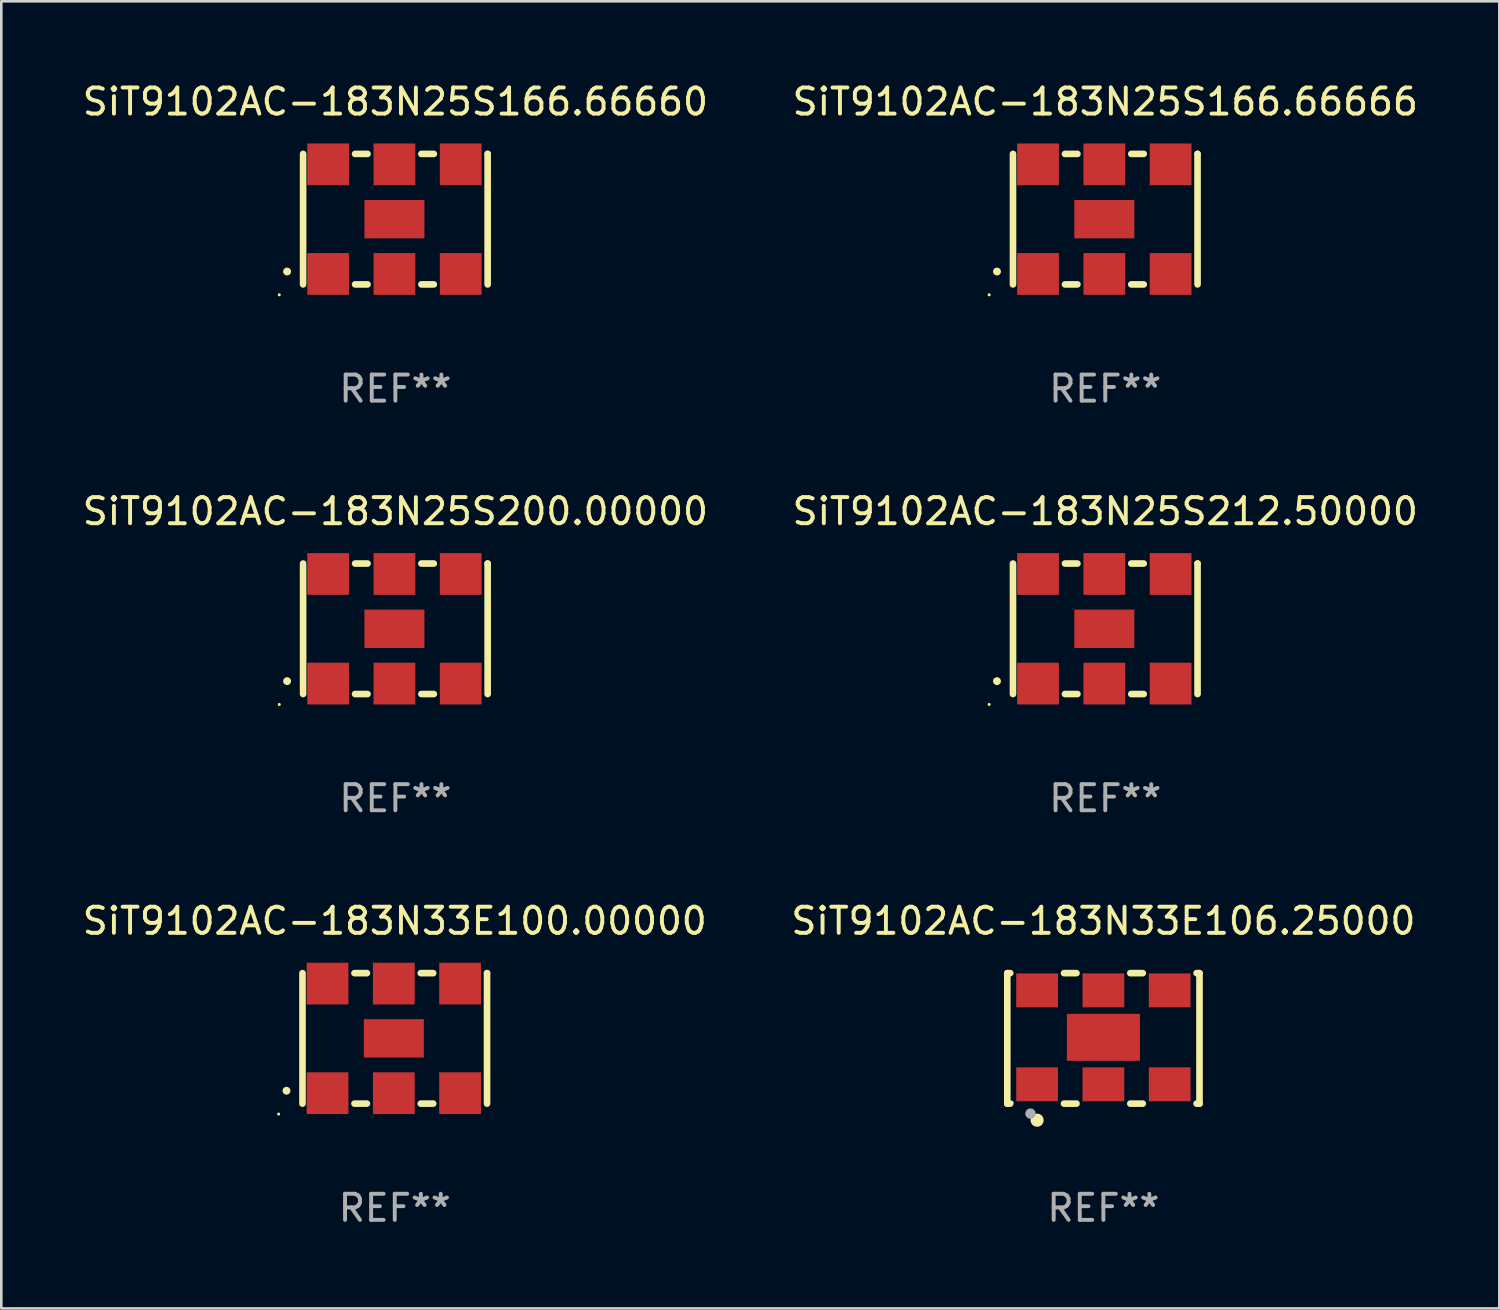
<source format=kicad_pcb>
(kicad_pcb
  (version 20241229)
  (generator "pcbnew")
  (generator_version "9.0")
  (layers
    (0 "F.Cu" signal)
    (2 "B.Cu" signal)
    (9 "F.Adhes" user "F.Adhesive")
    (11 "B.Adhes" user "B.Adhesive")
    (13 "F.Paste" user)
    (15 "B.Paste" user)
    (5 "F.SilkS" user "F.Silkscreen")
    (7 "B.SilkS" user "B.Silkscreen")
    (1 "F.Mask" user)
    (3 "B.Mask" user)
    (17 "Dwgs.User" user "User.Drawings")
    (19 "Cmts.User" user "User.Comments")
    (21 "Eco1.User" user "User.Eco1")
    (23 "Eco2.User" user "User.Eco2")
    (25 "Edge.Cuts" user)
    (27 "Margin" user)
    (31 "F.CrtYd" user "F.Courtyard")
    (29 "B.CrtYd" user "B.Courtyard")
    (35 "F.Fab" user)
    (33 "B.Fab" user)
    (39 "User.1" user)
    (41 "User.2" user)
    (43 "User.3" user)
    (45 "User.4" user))
  (footprint "SiT9102AC-183N25S166.66666"
    (layer "F.Cu")
    (at 39.304 5.348)
    (property "Reference" "SiT9102AC-183N25S166.66666" (at 0 -4.5 0) (layer "F.SilkS") (effects (font (size 1 1) (thickness 0.15))))
    (attr through_hole)
    (fp_line (start -3.536 -2.5) (end -3.536 2.5) (stroke (width 0.254) (type solid)) (layer "F.SilkS"))
    (fp_line (start -1.544 2.5) (end -1.067 2.5) (stroke (width 0.254) (type solid)) (layer "F.SilkS"))
    (fp_line (start -1.067 -2.5) (end -1.544 -2.5) (stroke (width 0.254) (type solid)) (layer "F.SilkS"))
    (fp_line (start 0.996 2.5) (end 1.473 2.5) (stroke (width 0.254) (type solid)) (layer "F.SilkS"))
    (fp_line (start 1.473 -2.5) (end 0.996 -2.5) (stroke (width 0.254) (type solid)) (layer "F.SilkS"))
    (fp_line (start 3.536 -2.5) (end 3.536 -2.5) (stroke (width 0.254) (type solid)) (layer "F.SilkS"))
    (fp_line (start 3.536 2.5) (end 3.536 -2.5) (stroke (width 0.254) (type solid)) (layer "F.SilkS"))
    (fp_arc (start -4.150432 2.006604) (mid -4.149162 2.006599) (end -4.147892 2.006604) (stroke (width 0.3) (type solid)) (layer "F.SilkS"))
    (fp_circle (center -4.449 2.9) (end -4.419 2.9) (stroke (width 0.06) (type solid)) (fill no) (layer "F.SilkS"))
    (fp_text user "REF**" (at 0 6.5 0) (layer "F.Fab") (effects (font (size 1 1) (thickness 0.15))))
    (pad "1" smd rect (at -2.576 2.1) (size 1.6 1.6) (layers "F.Cu" "F.Mask" "F.Paste"))
    (pad "2" smd rect (at -0.036 2.1) (size 1.6 1.6) (layers "F.Cu" "F.Mask" "F.Paste"))
    (pad "3" smd rect (at 2.504 2.1) (size 1.6 1.6) (layers "F.Cu" "F.Mask" "F.Paste"))
    (pad "4" smd rect (at 2.504 -2.1) (size 1.6 1.6) (layers "F.Cu" "F.Mask" "F.Paste"))
    (pad "5" smd rect (at -0.036 -2.1) (size 1.6 1.6) (layers "F.Cu" "F.Mask" "F.Paste"))
    (pad "6" smd rect (at -2.576 -2.1) (size 1.6 1.6) (layers "F.Cu" "F.Mask" "F.Paste"))
    (pad "7" smd rect (at -0.036 0) (size 2.3 1.47) (layers "F.Cu" "F.Mask" "F.Paste")))
  (footprint "SiT9102AC-183N25S212.50000"
    (layer "F.Cu")
    (at 39.304 21.045)
    (property "Reference" "SiT9102AC-183N25S212.50000" (at 0 -4.5 0) (layer "F.SilkS") (effects (font (size 1 1) (thickness 0.15))))
    (attr through_hole)
    (fp_line (start -3.536 -2.5) (end -3.536 2.5) (stroke (width 0.254) (type solid)) (layer "F.SilkS"))
    (fp_line (start -1.544 2.5) (end -1.067 2.5) (stroke (width 0.254) (type solid)) (layer "F.SilkS"))
    (fp_line (start -1.067 -2.5) (end -1.544 -2.5) (stroke (width 0.254) (type solid)) (layer "F.SilkS"))
    (fp_line (start 0.996 2.5) (end 1.473 2.5) (stroke (width 0.254) (type solid)) (layer "F.SilkS"))
    (fp_line (start 1.473 -2.5) (end 0.996 -2.5) (stroke (width 0.254) (type solid)) (layer "F.SilkS"))
    (fp_line (start 3.536 -2.5) (end 3.536 -2.5) (stroke (width 0.254) (type solid)) (layer "F.SilkS"))
    (fp_line (start 3.536 2.5) (end 3.536 -2.5) (stroke (width 0.254) (type solid)) (layer "F.SilkS"))
    (fp_arc (start -4.150432 2.006604) (mid -4.149162 2.006599) (end -4.147892 2.006604) (stroke (width 0.3) (type solid)) (layer "F.SilkS"))
    (fp_circle (center -4.449 2.9) (end -4.419 2.9) (stroke (width 0.06) (type solid)) (fill no) (layer "F.SilkS"))
    (fp_text user "REF**" (at 0 6.5 0) (layer "F.Fab") (effects (font (size 1 1) (thickness 0.15))))
    (pad "1" smd rect (at -2.576 2.1) (size 1.6 1.6) (layers "F.Cu" "F.Mask" "F.Paste"))
    (pad "2" smd rect (at -0.036 2.1) (size 1.6 1.6) (layers "F.Cu" "F.Mask" "F.Paste"))
    (pad "3" smd rect (at 2.504 2.1) (size 1.6 1.6) (layers "F.Cu" "F.Mask" "F.Paste"))
    (pad "4" smd rect (at 2.504 -2.1) (size 1.6 1.6) (layers "F.Cu" "F.Mask" "F.Paste"))
    (pad "5" smd rect (at -0.036 -2.1) (size 1.6 1.6) (layers "F.Cu" "F.Mask" "F.Paste"))
    (pad "6" smd rect (at -2.576 -2.1) (size 1.6 1.6) (layers "F.Cu" "F.Mask" "F.Paste"))
    (pad "7" smd rect (at -0.036 0) (size 2.3 1.47) (layers "F.Cu" "F.Mask" "F.Paste")))
  (footprint "SiT9102AC-183N33E100.00000"
    (layer "F.Cu")
    (at 12.077 36.741)
    (property "Reference" "SiT9102AC-183N33E100.00000" (at 0 -4.5 0) (layer "F.SilkS") (effects (font (size 1 1) (thickness 0.15))))
    (attr through_hole)
    (fp_line (start -3.536 -2.5) (end -3.536 2.5) (stroke (width 0.254) (type solid)) (layer "F.SilkS"))
    (fp_line (start -1.544 2.5) (end -1.067 2.5) (stroke (width 0.254) (type solid)) (layer "F.SilkS"))
    (fp_line (start -1.067 -2.5) (end -1.544 -2.5) (stroke (width 0.254) (type solid)) (layer "F.SilkS"))
    (fp_line (start 0.996 2.5) (end 1.473 2.5) (stroke (width 0.254) (type solid)) (layer "F.SilkS"))
    (fp_line (start 1.473 -2.5) (end 0.996 -2.5) (stroke (width 0.254) (type solid)) (layer "F.SilkS"))
    (fp_line (start 3.536 -2.5) (end 3.536 -2.5) (stroke (width 0.254) (type solid)) (layer "F.SilkS"))
    (fp_line (start 3.536 2.5) (end 3.536 -2.5) (stroke (width 0.254) (type solid)) (layer "F.SilkS"))
    (fp_arc (start -4.150432 2.006604) (mid -4.149162 2.006599) (end -4.147892 2.006604) (stroke (width 0.3) (type solid)) (layer "F.SilkS"))
    (fp_circle (center -4.449 2.9) (end -4.419 2.9) (stroke (width 0.06) (type solid)) (fill no) (layer "F.SilkS"))
    (fp_text user "REF**" (at 0 6.5 0) (layer "F.Fab") (effects (font (size 1 1) (thickness 0.15))))
    (pad "1" smd rect (at -2.576 2.1) (size 1.6 1.6) (layers "F.Cu" "F.Mask" "F.Paste"))
    (pad "2" smd rect (at -0.036 2.1) (size 1.6 1.6) (layers "F.Cu" "F.Mask" "F.Paste"))
    (pad "3" smd rect (at 2.504 2.1) (size 1.6 1.6) (layers "F.Cu" "F.Mask" "F.Paste"))
    (pad "4" smd rect (at 2.504 -2.1) (size 1.6 1.6) (layers "F.Cu" "F.Mask" "F.Paste"))
    (pad "5" smd rect (at -0.036 -2.1) (size 1.6 1.6) (layers "F.Cu" "F.Mask" "F.Paste"))
    (pad "6" smd rect (at -2.576 -2.1) (size 1.6 1.6) (layers "F.Cu" "F.Mask" "F.Paste"))
    (pad "7" smd rect (at -0.036 0) (size 2.3 1.47) (layers "F.Cu" "F.Mask" "F.Paste")))
  (footprint "SiT9102AC-183N25S166.66660"
    (layer "F.Cu")
    (at 12.101 5.348)
    (property "Reference" "SiT9102AC-183N25S166.66660" (at 0 -4.5 0) (layer "F.SilkS") (effects (font (size 1 1) (thickness 0.15))))
    (attr through_hole)
    (fp_line (start -3.536 -2.5) (end -3.536 2.5) (stroke (width 0.254) (type solid)) (layer "F.SilkS"))
    (fp_line (start -1.544 2.5) (end -1.067 2.5) (stroke (width 0.254) (type solid)) (layer "F.SilkS"))
    (fp_line (start -1.067 -2.5) (end -1.544 -2.5) (stroke (width 0.254) (type solid)) (layer "F.SilkS"))
    (fp_line (start 0.996 2.5) (end 1.473 2.5) (stroke (width 0.254) (type solid)) (layer "F.SilkS"))
    (fp_line (start 1.473 -2.5) (end 0.996 -2.5) (stroke (width 0.254) (type solid)) (layer "F.SilkS"))
    (fp_line (start 3.536 -2.5) (end 3.536 -2.5) (stroke (width 0.254) (type solid)) (layer "F.SilkS"))
    (fp_line (start 3.536 2.5) (end 3.536 -2.5) (stroke (width 0.254) (type solid)) (layer "F.SilkS"))
    (fp_arc (start -4.150432 2.006604) (mid -4.149162 2.006599) (end -4.147892 2.006604) (stroke (width 0.3) (type solid)) (layer "F.SilkS"))
    (fp_circle (center -4.449 2.9) (end -4.419 2.9) (stroke (width 0.06) (type solid)) (fill no) (layer "F.SilkS"))
    (fp_text user "REF**" (at 0 6.5 0) (layer "F.Fab") (effects (font (size 1 1) (thickness 0.15))))
    (pad "1" smd rect (at -2.576 2.1) (size 1.6 1.6) (layers "F.Cu" "F.Mask" "F.Paste"))
    (pad "2" smd rect (at -0.036 2.1) (size 1.6 1.6) (layers "F.Cu" "F.Mask" "F.Paste"))
    (pad "3" smd rect (at 2.504 2.1) (size 1.6 1.6) (layers "F.Cu" "F.Mask" "F.Paste"))
    (pad "4" smd rect (at 2.504 -2.1) (size 1.6 1.6) (layers "F.Cu" "F.Mask" "F.Paste"))
    (pad "5" smd rect (at -0.036 -2.1) (size 1.6 1.6) (layers "F.Cu" "F.Mask" "F.Paste"))
    (pad "6" smd rect (at -2.576 -2.1) (size 1.6 1.6) (layers "F.Cu" "F.Mask" "F.Paste"))
    (pad "7" smd rect (at -0.036 0) (size 2.3 1.47) (layers "F.Cu" "F.Mask" "F.Paste")))
  (footprint "SiT9102AC-183N25S200.00000"
    (layer "F.Cu")
    (at 12.101 21.045)
    (property "Reference" "SiT9102AC-183N25S200.00000" (at 0 -4.5 0) (layer "F.SilkS") (effects (font (size 1 1) (thickness 0.15))))
    (attr through_hole)
    (fp_line (start -3.536 -2.5) (end -3.536 2.5) (stroke (width 0.254) (type solid)) (layer "F.SilkS"))
    (fp_line (start -1.544 2.5) (end -1.067 2.5) (stroke (width 0.254) (type solid)) (layer "F.SilkS"))
    (fp_line (start -1.067 -2.5) (end -1.544 -2.5) (stroke (width 0.254) (type solid)) (layer "F.SilkS"))
    (fp_line (start 0.996 2.5) (end 1.473 2.5) (stroke (width 0.254) (type solid)) (layer "F.SilkS"))
    (fp_line (start 1.473 -2.5) (end 0.996 -2.5) (stroke (width 0.254) (type solid)) (layer "F.SilkS"))
    (fp_line (start 3.536 -2.5) (end 3.536 -2.5) (stroke (width 0.254) (type solid)) (layer "F.SilkS"))
    (fp_line (start 3.536 2.5) (end 3.536 -2.5) (stroke (width 0.254) (type solid)) (layer "F.SilkS"))
    (fp_arc (start -4.150432 2.006604) (mid -4.149162 2.006599) (end -4.147892 2.006604) (stroke (width 0.3) (type solid)) (layer "F.SilkS"))
    (fp_circle (center -4.449 2.9) (end -4.419 2.9) (stroke (width 0.06) (type solid)) (fill no) (layer "F.SilkS"))
    (fp_text user "REF**" (at 0 6.5 0) (layer "F.Fab") (effects (font (size 1 1) (thickness 0.15))))
    (pad "1" smd rect (at -2.576 2.1) (size 1.6 1.6) (layers "F.Cu" "F.Mask" "F.Paste"))
    (pad "2" smd rect (at -0.036 2.1) (size 1.6 1.6) (layers "F.Cu" "F.Mask" "F.Paste"))
    (pad "3" smd rect (at 2.504 2.1) (size 1.6 1.6) (layers "F.Cu" "F.Mask" "F.Paste"))
    (pad "4" smd rect (at 2.504 -2.1) (size 1.6 1.6) (layers "F.Cu" "F.Mask" "F.Paste"))
    (pad "5" smd rect (at -0.036 -2.1) (size 1.6 1.6) (layers "F.Cu" "F.Mask" "F.Paste"))
    (pad "6" smd rect (at -2.576 -2.1) (size 1.6 1.6) (layers "F.Cu" "F.Mask" "F.Paste"))
    (pad "7" smd rect (at -0.036 0) (size 2.3 1.47) (layers "F.Cu" "F.Mask" "F.Paste")))
  (footprint "SiT9102AC-183N33E106.25000"
    (layer "F.Cu")
    (at 39.232 36.741)
    (property "Reference" "SiT9102AC-183N33E106.25000" (at 0 -4.5 0) (layer "F.SilkS") (effects (font (size 1 1) (thickness 0.15))))
    (attr through_hole)
    (fp_line (start -3.683 -2.5) (end -3.571 -2.5) (stroke (width 0.254) (type solid)) (layer "F.SilkS"))
    (fp_line (start -3.683 2.5) (end -3.683 -2.5) (stroke (width 0.254) (type solid)) (layer "F.SilkS"))
    (fp_line (start -3.683 2.5) (end -3.571 2.5) (stroke (width 0.254) (type solid)) (layer "F.SilkS"))
    (fp_line (start -1.509 -2.5) (end -1.031 -2.5) (stroke (width 0.254) (type solid)) (layer "F.SilkS"))
    (fp_line (start -1.509 2.5) (end -1.031 2.5) (stroke (width 0.254) (type solid)) (layer "F.SilkS"))
    (fp_line (start 1.031 -2.5) (end 1.509 -2.5) (stroke (width 0.254) (type solid)) (layer "F.SilkS"))
    (fp_line (start 1.031 2.5) (end 1.509 2.5) (stroke (width 0.254) (type solid)) (layer "F.SilkS"))
    (fp_line (start 3.571 -2.5) (end 3.683 -2.5) (stroke (width 0.254) (type solid)) (layer "F.SilkS"))
    (fp_line (start 3.571 2.5) (end 3.683 2.5) (stroke (width 0.254) (type solid)) (layer "F.SilkS"))
    (fp_line (start 3.683 2.5) (end 3.683 -2.5) (stroke (width 0.254) (type solid)) (layer "F.SilkS"))
    (fp_circle (center -3.5 2.46) (end -3.47 2.46) (stroke (width 0.06) (type solid)) (fill no) (layer "F.SilkS"))
    (fp_circle (center -2.54 3.135) (end -2.413 3.135) (stroke (width 0.254) (type solid)) (fill no) (layer "F.SilkS"))
    (fp_circle (center -2.794 2.881) (end -2.694 2.881) (stroke (width 0.2) (type solid)) (fill no) (layer "F.Fab"))
    (fp_text user "REF**" (at 0 6.5 0) (layer "F.Fab") (effects (font (size 1 1) (thickness 0.15))))
    (pad "1" smd rect (at -2.54 1.76) (size 1.6 1.3) (layers "F.Cu" "F.Mask" "F.Paste"))
    (pad "2" smd rect (at 0 1.76) (size 1.6 1.3) (layers "F.Cu" "F.Mask" "F.Paste"))
    (pad "3" smd rect (at 2.54 1.76) (size 1.6 1.3) (layers "F.Cu" "F.Mask" "F.Paste"))
    (pad "4" smd rect (at 2.54 -1.84) (size 1.6 1.3) (layers "F.Cu" "F.Mask" "F.Paste"))
    (pad "5" smd rect (at 0 -1.84) (size 1.6 1.3) (layers "F.Cu" "F.Mask" "F.Paste"))
    (pad "6" smd rect (at -2.54 -1.84) (size 1.6 1.3) (layers "F.Cu" "F.Mask" "F.Paste"))
    (pad "7" smd rect (at 0 -0.04) (size 2.8 1.8) (layers "F.Cu" "F.Mask" "F.Paste")))
  (gr_rect
    (start -3 -3)
    (end 54.405 47.09)
    (stroke (width 0.1) (type default))
    (fill no)
    (layer "Edge.Cuts")))
</source>
